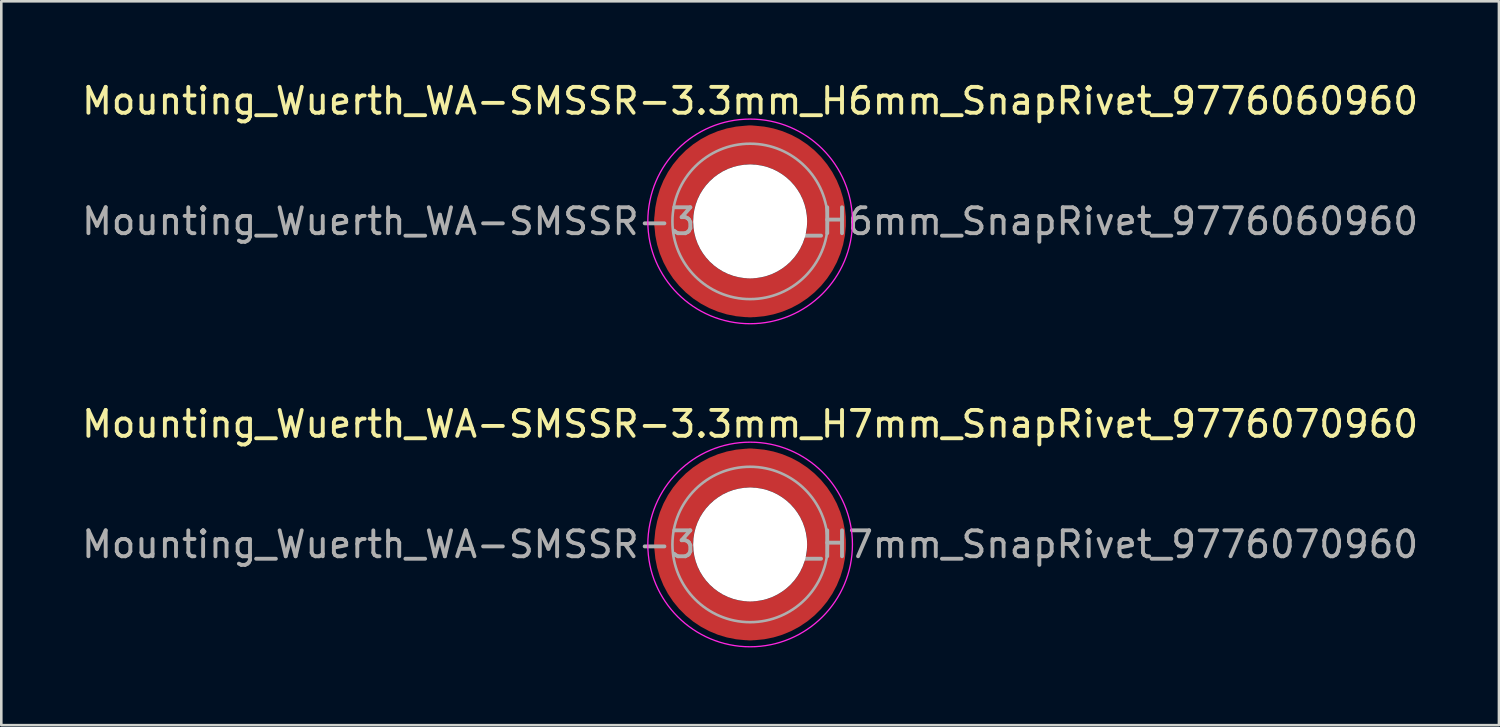
<source format=kicad_pcb>
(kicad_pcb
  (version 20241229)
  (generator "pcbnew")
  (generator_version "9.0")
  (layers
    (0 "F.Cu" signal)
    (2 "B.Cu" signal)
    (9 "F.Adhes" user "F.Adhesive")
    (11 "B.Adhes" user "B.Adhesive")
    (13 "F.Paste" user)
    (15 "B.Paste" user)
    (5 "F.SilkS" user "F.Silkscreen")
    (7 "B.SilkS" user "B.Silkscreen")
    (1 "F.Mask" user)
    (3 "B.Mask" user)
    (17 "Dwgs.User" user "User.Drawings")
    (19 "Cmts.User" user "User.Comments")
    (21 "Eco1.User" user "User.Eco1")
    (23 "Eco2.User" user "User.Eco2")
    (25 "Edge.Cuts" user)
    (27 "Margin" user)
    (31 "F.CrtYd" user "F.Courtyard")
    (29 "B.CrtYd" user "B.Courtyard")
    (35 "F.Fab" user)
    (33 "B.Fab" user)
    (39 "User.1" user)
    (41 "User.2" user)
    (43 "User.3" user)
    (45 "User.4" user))
  (footprint "Mounting_Wuerth_WA-SMSSR-3.3mm_H6mm_SnapRivet_9776060960"
    (layer "F.Cu")
    (at 25.911 5.498)
    (property "Reference" "Mounting_Wuerth_WA-SMSSR-3.3mm_H6mm_SnapRivet_9776060960" (at 0 -4.65 0) (layer "F.SilkS") (effects (font (size 1 1) (thickness 0.15))))
    (attr smd)
    (fp_circle (center 0 0) (end 3.95 0) (stroke (width 0.05) (type solid)) (fill no) (layer "F.CrtYd"))
    (fp_circle (center 0 0) (end 3 0) (stroke (width 0.1) (type solid)) (fill no) (layer "F.Fab"))
    (fp_text user "${REFERENCE}" (at 0 0 0) (layer "F.Fab") (effects (font (size 1 1) (thickness 0.15))))
    (pad "" smd custom (at -2.077 -2.077) (size 0.698 0.698) (layers "F.Paste") (options (anchor circle)) (primitives (gr_arc (start -0.208831 1.577126) (mid 0.422496 0.422496) (end 1.577126 -0.208831) (width 0.2)) (gr_arc (start -0.310669 1.577126) (mid 0.35208 0.35208) (end 1.577126 -0.310669) (width 0.2)) (gr_arc (start -0.412325 1.577126) (mid 0.281664 0.281664) (end 1.577126 -0.412325) (width 0.2)) (gr_arc (start -0.51382 1.577126) (mid 0.211248 0.211248) (end 1.577126 -0.51382) (width 0.2)) (gr_arc (start -0.615172 1.577126) (mid 0.140832 0.140832) (end 1.577126 -0.615172) (width 0.2)) (gr_arc (start -0.716397 1.577126) (mid 0.070416 0.070416) (end 1.577126 -0.716397) (width 0.2)) (gr_arc (start -0.817508 1.577126) (mid 0 0) (end 1.577126 -0.817508) (width 0.2)) (gr_arc (start -0.918517 1.577126) (mid -0.070416 -0.070416) (end 1.577126 -0.918517) (width 0.2)) (gr_arc (start -1.019433 1.577126) (mid -0.140832 -0.140832) (end 1.577126 -1.019433) (width 0.2)) (gr_arc (start -1.120266 1.577126) (mid -0.211248 -0.211248) (end 1.577126 -1.120266) (width 0.2)) (gr_arc (start -1.221022 1.577126) (mid -0.281664 -0.281664) (end 1.577126 -1.221022) (width 0.2)) (gr_arc (start -1.32171 1.577126) (mid -0.35208 -0.35208) (end 1.577126 -1.32171) (width 0.2)) (gr_arc (start -1.422335 1.577126) (mid -0.422497 -0.422497) (end 1.577126 -1.422335) (width 0.2)) (gr_line (start 1.577 -0.209) (end 1.577 -1.422) (width 0.2)) (gr_line (start -0.209 1.577) (end -1.422 1.577) (width 0.2))))
    (pad "" smd custom (at -2.077 2.077) (size 0.698 0.698) (layers "F.Paste") (options (anchor circle)) (primitives (gr_arc (start 1.577126 0.208831) (mid 0.422496 -0.422496) (end -0.208831 -1.577126) (width 0.2)) (gr_arc (start 1.577126 0.310669) (mid 0.35208 -0.35208) (end -0.310669 -1.577126) (width 0.2)) (gr_arc (start 1.577126 0.412325) (mid 0.281664 -0.281664) (end -0.412325 -1.577126) (width 0.2)) (gr_arc (start 1.577126 0.51382) (mid 0.211248 -0.211248) (end -0.51382 -1.577126) (width 0.2)) (gr_arc (start 1.577126 0.615172) (mid 0.140832 -0.140832) (end -0.615172 -1.577126) (width 0.2)) (gr_arc (start 1.577126 0.716397) (mid 0.070416 -0.070416) (end -0.716397 -1.577126) (width 0.2)) (gr_arc (start 1.577126 0.817508) (mid 0 0) (end -0.817508 -1.577126) (width 0.2)) (gr_arc (start 1.577126 0.918517) (mid -0.070416 0.070416) (end -0.918517 -1.577126) (width 0.2)) (gr_arc (start 1.577126 1.019433) (mid -0.140832 0.140832) (end -1.019433 -1.577126) (width 0.2)) (gr_arc (start 1.577126 1.120266) (mid -0.211248 0.211248) (end -1.120266 -1.577126) (width 0.2)) (gr_arc (start 1.577126 1.221022) (mid -0.281664 0.281664) (end -1.221022 -1.577126) (width 0.2)) (gr_arc (start 1.577126 1.32171) (mid -0.35208 0.35208) (end -1.32171 -1.577126) (width 0.2)) (gr_arc (start 1.577126 1.422335) (mid -0.422497 0.422497) (end -1.422335 -1.577126) (width 0.2)) (gr_line (start -0.209 -1.577) (end -1.422 -1.577) (width 0.2)) (gr_line (start 1.577 0.209) (end 1.577 1.422) (width 0.2))))
    (pad "" np_thru_hole circle (at 0 0) (size 4.4 4.4) (drill 4.4) (layers "*.Cu" "*.Mask"))
    (pad "" smd custom (at 2.077 -2.077) (size 0.698 0.698) (layers "F.Paste") (options (anchor circle)) (primitives (gr_arc (start -1.577126 -0.208831) (mid -0.422496 0.422496) (end 0.208831 1.577126) (width 0.2)) (gr_arc (start -1.577126 -0.310669) (mid -0.35208 0.35208) (end 0.310669 1.577126) (width 0.2)) (gr_arc (start -1.577126 -0.412325) (mid -0.281664 0.281664) (end 0.412325 1.577126) (width 0.2)) (gr_arc (start -1.577126 -0.51382) (mid -0.211248 0.211248) (end 0.51382 1.577126) (width 0.2)) (gr_arc (start -1.577126 -0.615172) (mid -0.140832 0.140832) (end 0.615172 1.577126) (width 0.2)) (gr_arc (start -1.577126 -0.716397) (mid -0.070416 0.070416) (end 0.716397 1.577126) (width 0.2)) (gr_arc (start -1.577126 -0.817508) (mid 0 0) (end 0.817508 1.577126) (width 0.2)) (gr_arc (start -1.577126 -0.918517) (mid 0.070416 -0.070416) (end 0.918517 1.577126) (width 0.2)) (gr_arc (start -1.577126 -1.019433) (mid 0.140832 -0.140832) (end 1.019433 1.577126) (width 0.2)) (gr_arc (start -1.577126 -1.120266) (mid 0.211248 -0.211248) (end 1.120266 1.577126) (width 0.2)) (gr_arc (start -1.577126 -1.221022) (mid 0.281664 -0.281664) (end 1.221022 1.577126) (width 0.2)) (gr_arc (start -1.577126 -1.32171) (mid 0.35208 -0.35208) (end 1.32171 1.577126) (width 0.2)) (gr_arc (start -1.577126 -1.422335) (mid 0.422497 -0.422497) (end 1.422335 1.577126) (width 0.2)) (gr_line (start 0.209 1.577) (end 1.422 1.577) (width 0.2)) (gr_line (start -1.577 -0.209) (end -1.577 -1.422) (width 0.2))))
    (pad "" smd custom (at 2.077 2.077) (size 0.698 0.698) (layers "F.Paste") (options (anchor circle)) (primitives (gr_arc (start 0.208831 -1.577126) (mid -0.422496 -0.422496) (end -1.577126 0.208831) (width 0.2)) (gr_arc (start 0.310669 -1.577126) (mid -0.35208 -0.35208) (end -1.577126 0.310669) (width 0.2)) (gr_arc (start 0.412325 -1.577126) (mid -0.281664 -0.281664) (end -1.577126 0.412325) (width 0.2)) (gr_arc (start 0.51382 -1.577126) (mid -0.211248 -0.211248) (end -1.577126 0.51382) (width 0.2)) (gr_arc (start 0.615172 -1.577126) (mid -0.140832 -0.140832) (end -1.577126 0.615172) (width 0.2)) (gr_arc (start 0.716397 -1.577126) (mid -0.070416 -0.070416) (end -1.577126 0.716397) (width 0.2)) (gr_arc (start 0.817508 -1.577126) (mid 0 0) (end -1.577126 0.817508) (width 0.2)) (gr_arc (start 0.918517 -1.577126) (mid 0.070416 0.070416) (end -1.577126 0.918517) (width 0.2)) (gr_arc (start 1.019433 -1.577126) (mid 0.140832 0.140832) (end -1.577126 1.019433) (width 0.2)) (gr_arc (start 1.120266 -1.577126) (mid 0.211248 0.211248) (end -1.577126 1.120266) (width 0.2)) (gr_arc (start 1.221022 -1.577126) (mid 0.281664 0.281664) (end -1.577126 1.221022) (width 0.2)) (gr_arc (start 1.32171 -1.577126) (mid 0.35208 0.35208) (end -1.577126 1.32171) (width 0.2)) (gr_arc (start 1.422335 -1.577126) (mid 0.422497 0.422497) (end -1.577126 1.422335) (width 0.2)) (gr_line (start -1.577 0.209) (end -1.577 1.422) (width 0.2)) (gr_line (start 0.209 -1.577) (end 1.422 -1.577) (width 0.2))))
    (pad "1" smd circle (at -2.95 0) (size 1.5 1.5) (layers "F.Cu"))
    (pad "1" smd circle (at 0 -2.95) (size 1.5 1.5) (layers "F.Cu"))
    (pad "1" smd circle (at 0 2.95) (size 1.5 1.5) (layers "F.Cu"))
    (pad "1" smd custom (at 2.95 0) (size 1.5 1.5) (layers "F.Cu" "F.Mask") (options (anchor circle)) (primitives (gr_circle (center -2.95 0) (end 0 0) (width 1.5) (fill no)))))
  (footprint "Mounting_Wuerth_WA-SMSSR-3.3mm_H7mm_SnapRivet_9776070960"
    (layer "F.Cu")
    (at 25.911 17.971)
    (property "Reference" "Mounting_Wuerth_WA-SMSSR-3.3mm_H7mm_SnapRivet_9776070960" (at 0 -4.65 0) (layer "F.SilkS") (effects (font (size 1 1) (thickness 0.15))))
    (attr smd)
    (fp_circle (center 0 0) (end 3.95 0) (stroke (width 0.05) (type solid)) (fill no) (layer "F.CrtYd"))
    (fp_circle (center 0 0) (end 3 0) (stroke (width 0.1) (type solid)) (fill no) (layer "F.Fab"))
    (fp_text user "${REFERENCE}" (at 0 0 0) (layer "F.Fab") (effects (font (size 1 1) (thickness 0.15))))
    (pad "" smd custom (at -2.077 -2.077) (size 0.698 0.698) (layers "F.Paste") (options (anchor circle)) (primitives (gr_arc (start -0.208831 1.577126) (mid 0.422496 0.422496) (end 1.577126 -0.208831) (width 0.2)) (gr_arc (start -0.310669 1.577126) (mid 0.35208 0.35208) (end 1.577126 -0.310669) (width 0.2)) (gr_arc (start -0.412325 1.577126) (mid 0.281664 0.281664) (end 1.577126 -0.412325) (width 0.2)) (gr_arc (start -0.51382 1.577126) (mid 0.211248 0.211248) (end 1.577126 -0.51382) (width 0.2)) (gr_arc (start -0.615172 1.577126) (mid 0.140832 0.140832) (end 1.577126 -0.615172) (width 0.2)) (gr_arc (start -0.716397 1.577126) (mid 0.070416 0.070416) (end 1.577126 -0.716397) (width 0.2)) (gr_arc (start -0.817508 1.577126) (mid 0 0) (end 1.577126 -0.817508) (width 0.2)) (gr_arc (start -0.918517 1.577126) (mid -0.070416 -0.070416) (end 1.577126 -0.918517) (width 0.2)) (gr_arc (start -1.019433 1.577126) (mid -0.140832 -0.140832) (end 1.577126 -1.019433) (width 0.2)) (gr_arc (start -1.120266 1.577126) (mid -0.211248 -0.211248) (end 1.577126 -1.120266) (width 0.2)) (gr_arc (start -1.221022 1.577126) (mid -0.281664 -0.281664) (end 1.577126 -1.221022) (width 0.2)) (gr_arc (start -1.32171 1.577126) (mid -0.35208 -0.35208) (end 1.577126 -1.32171) (width 0.2)) (gr_arc (start -1.422335 1.577126) (mid -0.422497 -0.422497) (end 1.577126 -1.422335) (width 0.2)) (gr_line (start 1.577 -0.209) (end 1.577 -1.422) (width 0.2)) (gr_line (start -0.209 1.577) (end -1.422 1.577) (width 0.2))))
    (pad "" smd custom (at -2.077 2.077) (size 0.698 0.698) (layers "F.Paste") (options (anchor circle)) (primitives (gr_arc (start 1.577126 0.208831) (mid 0.422496 -0.422496) (end -0.208831 -1.577126) (width 0.2)) (gr_arc (start 1.577126 0.310669) (mid 0.35208 -0.35208) (end -0.310669 -1.577126) (width 0.2)) (gr_arc (start 1.577126 0.412325) (mid 0.281664 -0.281664) (end -0.412325 -1.577126) (width 0.2)) (gr_arc (start 1.577126 0.51382) (mid 0.211248 -0.211248) (end -0.51382 -1.577126) (width 0.2)) (gr_arc (start 1.577126 0.615172) (mid 0.140832 -0.140832) (end -0.615172 -1.577126) (width 0.2)) (gr_arc (start 1.577126 0.716397) (mid 0.070416 -0.070416) (end -0.716397 -1.577126) (width 0.2)) (gr_arc (start 1.577126 0.817508) (mid 0 0) (end -0.817508 -1.577126) (width 0.2)) (gr_arc (start 1.577126 0.918517) (mid -0.070416 0.070416) (end -0.918517 -1.577126) (width 0.2)) (gr_arc (start 1.577126 1.019433) (mid -0.140832 0.140832) (end -1.019433 -1.577126) (width 0.2)) (gr_arc (start 1.577126 1.120266) (mid -0.211248 0.211248) (end -1.120266 -1.577126) (width 0.2)) (gr_arc (start 1.577126 1.221022) (mid -0.281664 0.281664) (end -1.221022 -1.577126) (width 0.2)) (gr_arc (start 1.577126 1.32171) (mid -0.35208 0.35208) (end -1.32171 -1.577126) (width 0.2)) (gr_arc (start 1.577126 1.422335) (mid -0.422497 0.422497) (end -1.422335 -1.577126) (width 0.2)) (gr_line (start -0.209 -1.577) (end -1.422 -1.577) (width 0.2)) (gr_line (start 1.577 0.209) (end 1.577 1.422) (width 0.2))))
    (pad "" np_thru_hole circle (at 0 0) (size 4.4 4.4) (drill 4.4) (layers "*.Cu" "*.Mask"))
    (pad "" smd custom (at 2.077 -2.077) (size 0.698 0.698) (layers "F.Paste") (options (anchor circle)) (primitives (gr_arc (start -1.577126 -0.208831) (mid -0.422496 0.422496) (end 0.208831 1.577126) (width 0.2)) (gr_arc (start -1.577126 -0.310669) (mid -0.35208 0.35208) (end 0.310669 1.577126) (width 0.2)) (gr_arc (start -1.577126 -0.412325) (mid -0.281664 0.281664) (end 0.412325 1.577126) (width 0.2)) (gr_arc (start -1.577126 -0.51382) (mid -0.211248 0.211248) (end 0.51382 1.577126) (width 0.2)) (gr_arc (start -1.577126 -0.615172) (mid -0.140832 0.140832) (end 0.615172 1.577126) (width 0.2)) (gr_arc (start -1.577126 -0.716397) (mid -0.070416 0.070416) (end 0.716397 1.577126) (width 0.2)) (gr_arc (start -1.577126 -0.817508) (mid 0 0) (end 0.817508 1.577126) (width 0.2)) (gr_arc (start -1.577126 -0.918517) (mid 0.070416 -0.070416) (end 0.918517 1.577126) (width 0.2)) (gr_arc (start -1.577126 -1.019433) (mid 0.140832 -0.140832) (end 1.019433 1.577126) (width 0.2)) (gr_arc (start -1.577126 -1.120266) (mid 0.211248 -0.211248) (end 1.120266 1.577126) (width 0.2)) (gr_arc (start -1.577126 -1.221022) (mid 0.281664 -0.281664) (end 1.221022 1.577126) (width 0.2)) (gr_arc (start -1.577126 -1.32171) (mid 0.35208 -0.35208) (end 1.32171 1.577126) (width 0.2)) (gr_arc (start -1.577126 -1.422335) (mid 0.422497 -0.422497) (end 1.422335 1.577126) (width 0.2)) (gr_line (start 0.209 1.577) (end 1.422 1.577) (width 0.2)) (gr_line (start -1.577 -0.209) (end -1.577 -1.422) (width 0.2))))
    (pad "" smd custom (at 2.077 2.077) (size 0.698 0.698) (layers "F.Paste") (options (anchor circle)) (primitives (gr_arc (start 0.208831 -1.577126) (mid -0.422496 -0.422496) (end -1.577126 0.208831) (width 0.2)) (gr_arc (start 0.310669 -1.577126) (mid -0.35208 -0.35208) (end -1.577126 0.310669) (width 0.2)) (gr_arc (start 0.412325 -1.577126) (mid -0.281664 -0.281664) (end -1.577126 0.412325) (width 0.2)) (gr_arc (start 0.51382 -1.577126) (mid -0.211248 -0.211248) (end -1.577126 0.51382) (width 0.2)) (gr_arc (start 0.615172 -1.577126) (mid -0.140832 -0.140832) (end -1.577126 0.615172) (width 0.2)) (gr_arc (start 0.716397 -1.577126) (mid -0.070416 -0.070416) (end -1.577126 0.716397) (width 0.2)) (gr_arc (start 0.817508 -1.577126) (mid 0 0) (end -1.577126 0.817508) (width 0.2)) (gr_arc (start 0.918517 -1.577126) (mid 0.070416 0.070416) (end -1.577126 0.918517) (width 0.2)) (gr_arc (start 1.019433 -1.577126) (mid 0.140832 0.140832) (end -1.577126 1.019433) (width 0.2)) (gr_arc (start 1.120266 -1.577126) (mid 0.211248 0.211248) (end -1.577126 1.120266) (width 0.2)) (gr_arc (start 1.221022 -1.577126) (mid 0.281664 0.281664) (end -1.577126 1.221022) (width 0.2)) (gr_arc (start 1.32171 -1.577126) (mid 0.35208 0.35208) (end -1.577126 1.32171) (width 0.2)) (gr_arc (start 1.422335 -1.577126) (mid 0.422497 0.422497) (end -1.577126 1.422335) (width 0.2)) (gr_line (start -1.577 0.209) (end -1.577 1.422) (width 0.2)) (gr_line (start 0.209 -1.577) (end 1.422 -1.577) (width 0.2))))
    (pad "1" smd circle (at -2.95 0) (size 1.5 1.5) (layers "F.Cu"))
    (pad "1" smd circle (at 0 -2.95) (size 1.5 1.5) (layers "F.Cu"))
    (pad "1" smd circle (at 0 2.95) (size 1.5 1.5) (layers "F.Cu"))
    (pad "1" smd custom (at 2.95 0) (size 1.5 1.5) (layers "F.Cu" "F.Mask") (options (anchor circle)) (primitives (gr_circle (center -2.95 0) (end 0 0) (width 1.5) (fill no)))))
  (gr_rect
    (start -3 -3)
    (end 54.821 24.947)
    (stroke (width 0.1) (type default))
    (fill no)
    (layer "Edge.Cuts")))
</source>
